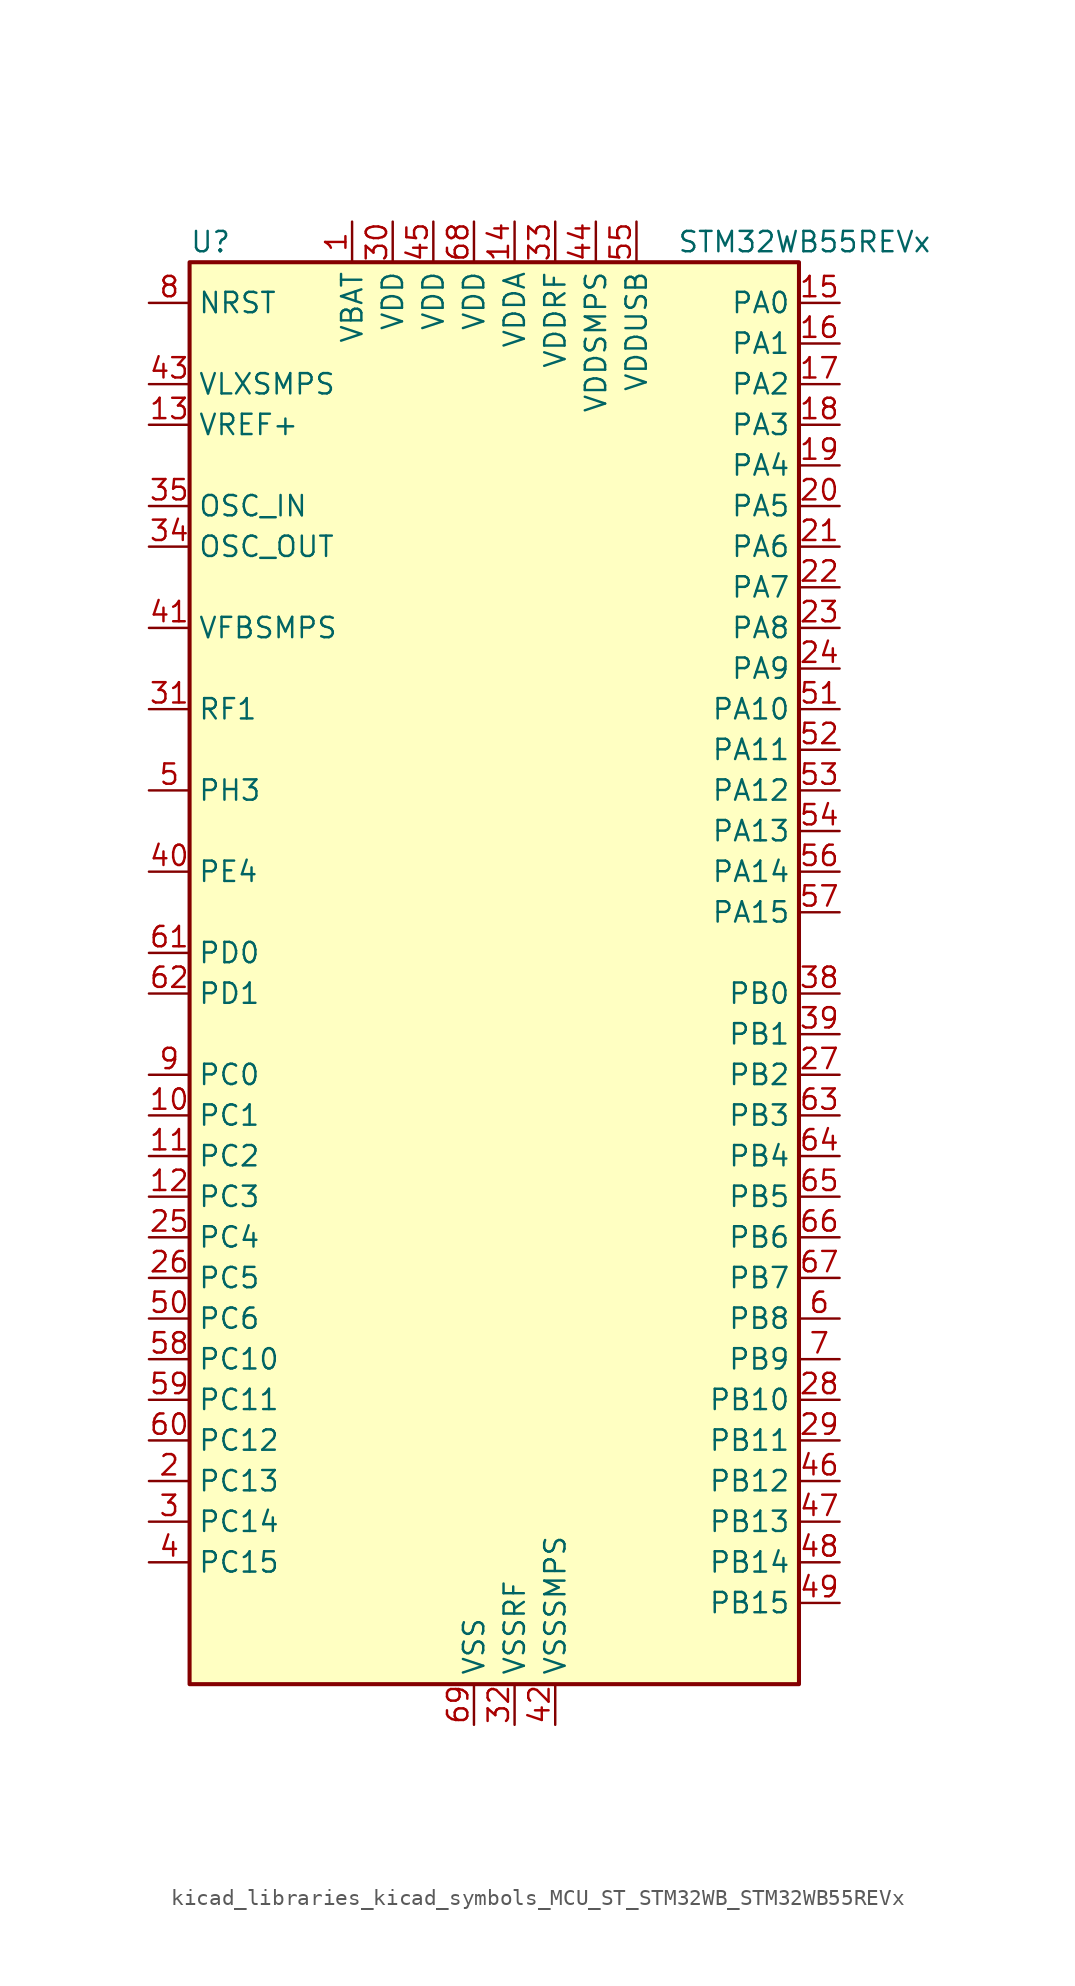
<source format=kicad_sym>
(kicad_symbol_lib
  (version 20220914)
  (generator kicad_symbol_editor)
  (symbol "kicad_libraries_kicad_symbols_MCU_ST_STM32WB_STM32WB55REVx"
    (property "Reference" "U"
      (at -17.78 46.99 0)
      (effects (font (size 1.27 1.27)) (justify left)))
    (property "Value" "STM32WB55REVx"
      (at 12.7 46.99 0)
      (effects (font (size 1.27 1.27)) (justify left)))
    (property "ki_locked" ""
      (at 0 0 0)
      (effects (font (size 1.27 1.27))))
    (symbol "kicad_libraries_kicad_symbols_MCU_ST_STM32WB_STM32WB55REVx_0_1"
      (rectangle (start -17.78 -43.18) (end 20.32 45.72) (stroke (width 0.254) (type default)) (fill (type background))))
    (symbol "kicad_libraries_kicad_symbols_MCU_ST_STM32WB_STM32WB55REVx_1_1"
      (pin power_in line (at -7.62 48.26 270) (length 2.54) (name "VBAT" (effects (font (size 1.27 1.27)))) (number "1" (effects (font (size 1.27 1.27)))))
      (pin bidirectional line (at -20.32 -7.62 0) (length 2.54) (name "PC1" (effects (font (size 1.27 1.27)))) (number "10" (effects (font (size 1.27 1.27)))) (alternate "ADC1_IN2" bidirectional line) (alternate "I2C3_SDA" bidirectional line) (alternate "LCD_SEG19" bidirectional line) (alternate "LPTIM1_OUT" bidirectional line) (alternate "LPUART1_TX" bidirectional line) (alternate "SPI2_MOSI" bidirectional line))
      (pin bidirectional line (at -20.32 -10.16 0) (length 2.54) (name "PC2" (effects (font (size 1.27 1.27)))) (number "11" (effects (font (size 1.27 1.27)))) (alternate "ADC1_IN3" bidirectional line) (alternate "LCD_SEG20" bidirectional line) (alternate "LPTIM1_IN2" bidirectional line) (alternate "SPI2_MISO" bidirectional line))
      (pin bidirectional line (at -20.32 -12.7 0) (length 2.54) (name "PC3" (effects (font (size 1.27 1.27)))) (number "12" (effects (font (size 1.27 1.27)))) (alternate "ADC1_IN4" bidirectional line) (alternate "LCD_VLCD" bidirectional line) (alternate "LPTIM1_ETR" bidirectional line) (alternate "LPTIM2_ETR" bidirectional line) (alternate "SAI1_D1" bidirectional line) (alternate "SAI1_SD_A" bidirectional line) (alternate "SPI2_MOSI" bidirectional line))
      (pin input line (at -20.32 35.56 0) (length 2.54) (name "VREF+" (effects (font (size 1.27 1.27)))) (number "13" (effects (font (size 1.27 1.27)))) (alternate "VREFBUF_OUT" bidirectional line))
      (pin power_in line (at 2.54 48.26 270) (length 2.54) (name "VDDA" (effects (font (size 1.27 1.27)))) (number "14" (effects (font (size 1.27 1.27)))))
      (pin bidirectional line (at 22.86 43.18 180) (length 2.54) (name "PA0" (effects (font (size 1.27 1.27)))) (number "15" (effects (font (size 1.27 1.27)))) (alternate "ADC1_IN5" bidirectional line) (alternate "COMP1_INM" bidirectional line) (alternate "COMP1_OUT" bidirectional line) (alternate "RTC_TAMP2" bidirectional line) (alternate "SAI1_EXTCLK" bidirectional line) (alternate "SYS_WKUP1" bidirectional line) (alternate "TIM2_CH1" bidirectional line) (alternate "TIM2_ETR" bidirectional line))
      (pin bidirectional line (at 22.86 40.64 180) (length 2.54) (name "PA1" (effects (font (size 1.27 1.27)))) (number "16" (effects (font (size 1.27 1.27)))) (alternate "ADC1_IN6" bidirectional line) (alternate "COMP1_INP" bidirectional line) (alternate "I2C1_SMBA" bidirectional line) (alternate "LCD_SEG0" bidirectional line) (alternate "SPI1_SCK" bidirectional line) (alternate "TIM2_CH2" bidirectional line))
      (pin bidirectional line (at 22.86 38.1 180) (length 2.54) (name "PA2" (effects (font (size 1.27 1.27)))) (number "17" (effects (font (size 1.27 1.27)))) (alternate "ADC1_IN7" bidirectional line) (alternate "COMP2_INM" bidirectional line) (alternate "COMP2_OUT" bidirectional line) (alternate "LCD_SEG1" bidirectional line) (alternate "LPUART1_TX" bidirectional line) (alternate "QUADSPI_BK1_NCS" bidirectional line) (alternate "RCC_LSCO" bidirectional line) (alternate "SYS_WKUP4" bidirectional line) (alternate "TIM2_CH3" bidirectional line))
      (pin bidirectional line (at 22.86 35.56 180) (length 2.54) (name "PA3" (effects (font (size 1.27 1.27)))) (number "18" (effects (font (size 1.27 1.27)))) (alternate "ADC1_IN8" bidirectional line) (alternate "COMP2_INP" bidirectional line) (alternate "LCD_SEG2" bidirectional line) (alternate "LPUART1_RX" bidirectional line) (alternate "QUADSPI_CLK" bidirectional line) (alternate "SAI1_CK1" bidirectional line) (alternate "SAI1_MCLK_A" bidirectional line) (alternate "TIM2_CH4" bidirectional line))
      (pin bidirectional line (at 22.86 33.02 180) (length 2.54) (name "PA4" (effects (font (size 1.27 1.27)))) (number "19" (effects (font (size 1.27 1.27)))) (alternate "ADC1_IN9" bidirectional line) (alternate "COMP1_INM" bidirectional line) (alternate "COMP2_INM" bidirectional line) (alternate "LCD_SEG5" bidirectional line) (alternate "LPTIM2_OUT" bidirectional line) (alternate "SAI1_FS_B" bidirectional line) (alternate "SPI1_NSS" bidirectional line))
      (pin bidirectional line (at -20.32 -30.48 0) (length 2.54) (name "PC13" (effects (font (size 1.27 1.27)))) (number "2" (effects (font (size 1.27 1.27)))) (alternate "RTC_OUT1" bidirectional line) (alternate "RTC_TAMP1" bidirectional line) (alternate "RTC_TS" bidirectional line) (alternate "SYS_WKUP2" bidirectional line))
      (pin bidirectional line (at 22.86 30.48 180) (length 2.54) (name "PA5" (effects (font (size 1.27 1.27)))) (number "20" (effects (font (size 1.27 1.27)))) (alternate "ADC1_IN10" bidirectional line) (alternate "COMP1_INM" bidirectional line) (alternate "COMP2_INM" bidirectional line) (alternate "LPTIM2_ETR" bidirectional line) (alternate "SAI1_SD_B" bidirectional line) (alternate "SPI1_SCK" bidirectional line) (alternate "TIM2_CH1" bidirectional line) (alternate "TIM2_ETR" bidirectional line))
      (pin bidirectional line (at 22.86 27.94 180) (length 2.54) (name "PA6" (effects (font (size 1.27 1.27)))) (number "21" (effects (font (size 1.27 1.27)))) (alternate "ADC1_IN11" bidirectional line) (alternate "LCD_SEG3" bidirectional line) (alternate "LPUART1_CTS" bidirectional line) (alternate "QUADSPI_BK1_IO3" bidirectional line) (alternate "SPI1_MISO" bidirectional line) (alternate "TIM16_CH1" bidirectional line) (alternate "TIM1_BKIN" bidirectional line))
      (pin bidirectional line (at 22.86 25.4 180) (length 2.54) (name "PA7" (effects (font (size 1.27 1.27)))) (number "22" (effects (font (size 1.27 1.27)))) (alternate "ADC1_IN12" bidirectional line) (alternate "COMP2_OUT" bidirectional line) (alternate "I2C3_SCL" bidirectional line) (alternate "LCD_SEG4" bidirectional line) (alternate "QUADSPI_BK1_IO2" bidirectional line) (alternate "SPI1_MOSI" bidirectional line) (alternate "TIM17_CH1" bidirectional line) (alternate "TIM1_CH1N" bidirectional line))
      (pin bidirectional line (at 22.86 22.86 180) (length 2.54) (name "PA8" (effects (font (size 1.27 1.27)))) (number "23" (effects (font (size 1.27 1.27)))) (alternate "ADC1_IN15" bidirectional line) (alternate "LCD_COM0" bidirectional line) (alternate "LPTIM2_OUT" bidirectional line) (alternate "RCC_MCO" bidirectional line) (alternate "SAI1_CK2" bidirectional line) (alternate "SAI1_SCK_A" bidirectional line) (alternate "TIM1_CH1" bidirectional line) (alternate "USART1_CK" bidirectional line))
      (pin bidirectional line (at 22.86 20.32 180) (length 2.54) (name "PA9" (effects (font (size 1.27 1.27)))) (number "24" (effects (font (size 1.27 1.27)))) (alternate "ADC1_IN16" bidirectional line) (alternate "COMP1_INM" bidirectional line) (alternate "I2C1_SCL" bidirectional line) (alternate "LCD_COM1" bidirectional line) (alternate "SAI1_D2" bidirectional line) (alternate "SAI1_FS_A" bidirectional line) (alternate "SPI2_SCK" bidirectional line) (alternate "TIM1_CH2" bidirectional line) (alternate "USART1_TX" bidirectional line))
      (pin bidirectional line (at -20.32 -15.24 0) (length 2.54) (name "PC4" (effects (font (size 1.27 1.27)))) (number "25" (effects (font (size 1.27 1.27)))) (alternate "ADC1_IN13" bidirectional line) (alternate "COMP1_INM" bidirectional line) (alternate "LCD_SEG22" bidirectional line))
      (pin bidirectional line (at -20.32 -17.78 0) (length 2.54) (name "PC5" (effects (font (size 1.27 1.27)))) (number "26" (effects (font (size 1.27 1.27)))) (alternate "ADC1_IN14" bidirectional line) (alternate "COMP1_INP" bidirectional line) (alternate "LCD_SEG23" bidirectional line) (alternate "SAI1_D3" bidirectional line) (alternate "SYS_WKUP5" bidirectional line))
      (pin bidirectional line (at 22.86 -5.08 180) (length 2.54) (name "PB2" (effects (font (size 1.27 1.27)))) (number "27" (effects (font (size 1.27 1.27)))) (alternate "COMP1_INP" bidirectional line) (alternate "I2C3_SMBA" bidirectional line) (alternate "LCD_VLCD" bidirectional line) (alternate "LPTIM1_OUT" bidirectional line) (alternate "RTC_OUT2" bidirectional line) (alternate "SAI1_EXTCLK" bidirectional line) (alternate "SPI1_NSS" bidirectional line))
      (pin bidirectional line (at 22.86 -25.4 180) (length 2.54) (name "PB10" (effects (font (size 1.27 1.27)))) (number "28" (effects (font (size 1.27 1.27)))) (alternate "COMP1_OUT" bidirectional line) (alternate "I2C3_SCL" bidirectional line) (alternate "LCD_SEG10" bidirectional line) (alternate "LPUART1_RX" bidirectional line) (alternate "QUADSPI_CLK" bidirectional line) (alternate "SAI1_SCK_A" bidirectional line) (alternate "SPI2_SCK" bidirectional line) (alternate "TIM2_CH3" bidirectional line) (alternate "TSC_SYNC" bidirectional line))
      (pin bidirectional line (at 22.86 -27.94 180) (length 2.54) (name "PB11" (effects (font (size 1.27 1.27)))) (number "29" (effects (font (size 1.27 1.27)))) (alternate "ADC1_EXTI11" bidirectional line) (alternate "COMP2_OUT" bidirectional line) (alternate "I2C3_SDA" bidirectional line) (alternate "LCD_SEG11" bidirectional line) (alternate "LPUART1_TX" bidirectional line) (alternate "QUADSPI_BK1_NCS" bidirectional line) (alternate "TIM2_CH4" bidirectional line))
      (pin bidirectional line (at -20.32 -33.02 0) (length 2.54) (name "PC14" (effects (font (size 1.27 1.27)))) (number "3" (effects (font (size 1.27 1.27)))) (alternate "RCC_OSC32_IN" bidirectional line))
      (pin power_in line (at -5.08 48.26 270) (length 2.54) (name "VDD" (effects (font (size 1.27 1.27)))) (number "30" (effects (font (size 1.27 1.27)))))
      (pin bidirectional line (at -20.32 17.78 0) (length 2.54) (name "RF1" (effects (font (size 1.27 1.27)))) (number "31" (effects (font (size 1.27 1.27)))) (alternate "RF_RF1" bidirectional line))
      (pin power_in line (at 2.54 -45.72 90) (length 2.54) (name "VSSRF" (effects (font (size 1.27 1.27)))) (number "32" (effects (font (size 1.27 1.27)))))
      (pin power_in line (at 5.08 48.26 270) (length 2.54) (name "VDDRF" (effects (font (size 1.27 1.27)))) (number "33" (effects (font (size 1.27 1.27)))))
      (pin input line (at -20.32 27.94 0) (length 2.54) (name "OSC_OUT" (effects (font (size 1.27 1.27)))) (number "34" (effects (font (size 1.27 1.27)))) (alternate "RCC_OSC_OUT" bidirectional line))
      (pin input line (at -20.32 30.48 0) (length 2.54) (name "OSC_IN" (effects (font (size 1.27 1.27)))) (number "35" (effects (font (size 1.27 1.27)))) (alternate "RCC_OSC_IN" bidirectional line))
      (pin no_connect line (at -17.78 -43.18 0) (length 2.54) hide (name "AT0" (effects (font (size 1.27 1.27)))) (number "36" (effects (font (size 1.27 1.27)))))
      (pin no_connect line (at -17.78 -40.64 0) (length 2.54) hide (name "AT1" (effects (font (size 1.27 1.27)))) (number "37" (effects (font (size 1.27 1.27)))))
      (pin bidirectional line (at 22.86 0 180) (length 2.54) (name "PB0" (effects (font (size 1.27 1.27)))) (number "38" (effects (font (size 1.27 1.27)))) (alternate "COMP1_OUT" bidirectional line) (alternate "RF_TX_MOD_EXT_PA" bidirectional line))
      (pin bidirectional line (at 22.86 -2.54 180) (length 2.54) (name "PB1" (effects (font (size 1.27 1.27)))) (number "39" (effects (font (size 1.27 1.27)))) (alternate "LPTIM2_IN1" bidirectional line) (alternate "LPUART1_DE" bidirectional line) (alternate "LPUART1_RTS" bidirectional line))
      (pin bidirectional line (at -20.32 -35.56 0) (length 2.54) (name "PC15" (effects (font (size 1.27 1.27)))) (number "4" (effects (font (size 1.27 1.27)))) (alternate "ADC1_EXTI15" bidirectional line) (alternate "RCC_OSC32_OUT" bidirectional line))
      (pin bidirectional line (at -20.32 7.62 0) (length 2.54) (name "PE4" (effects (font (size 1.27 1.27)))) (number "40" (effects (font (size 1.27 1.27)))))
      (pin input line (at -20.32 22.86 0) (length 2.54) (name "VFBSMPS" (effects (font (size 1.27 1.27)))) (number "41" (effects (font (size 1.27 1.27)))))
      (pin power_in line (at 5.08 -45.72 90) (length 2.54) (name "VSSSMPS" (effects (font (size 1.27 1.27)))) (number "42" (effects (font (size 1.27 1.27)))))
      (pin power_in line (at -20.32 38.1 0) (length 2.54) (name "VLXSMPS" (effects (font (size 1.27 1.27)))) (number "43" (effects (font (size 1.27 1.27)))))
      (pin power_in line (at 7.62 48.26 270) (length 2.54) (name "VDDSMPS" (effects (font (size 1.27 1.27)))) (number "44" (effects (font (size 1.27 1.27)))))
      (pin power_in line (at -2.54 48.26 270) (length 2.54) (name "VDD" (effects (font (size 1.27 1.27)))) (number "45" (effects (font (size 1.27 1.27)))))
      (pin bidirectional line (at 22.86 -30.48 180) (length 2.54) (name "PB12" (effects (font (size 1.27 1.27)))) (number "46" (effects (font (size 1.27 1.27)))) (alternate "I2C3_SMBA" bidirectional line) (alternate "LCD_SEG12" bidirectional line) (alternate "LPUART1_DE" bidirectional line) (alternate "LPUART1_RTS" bidirectional line) (alternate "SAI1_FS_A" bidirectional line) (alternate "SPI2_NSS" bidirectional line) (alternate "TIM1_BKIN" bidirectional line) (alternate "TSC_G1_IO1" bidirectional line))
      (pin bidirectional line (at 22.86 -33.02 180) (length 2.54) (name "PB13" (effects (font (size 1.27 1.27)))) (number "47" (effects (font (size 1.27 1.27)))) (alternate "I2C3_SCL" bidirectional line) (alternate "LCD_SEG13" bidirectional line) (alternate "LPUART1_CTS" bidirectional line) (alternate "SAI1_SCK_A" bidirectional line) (alternate "SPI2_SCK" bidirectional line) (alternate "TIM1_CH1N" bidirectional line) (alternate "TSC_G1_IO2" bidirectional line))
      (pin bidirectional line (at 22.86 -35.56 180) (length 2.54) (name "PB14" (effects (font (size 1.27 1.27)))) (number "48" (effects (font (size 1.27 1.27)))) (alternate "I2C3_SDA" bidirectional line) (alternate "LCD_SEG14" bidirectional line) (alternate "SAI1_MCLK_A" bidirectional line) (alternate "SPI2_MISO" bidirectional line) (alternate "TIM1_CH2N" bidirectional line) (alternate "TSC_G1_IO3" bidirectional line))
      (pin bidirectional line (at 22.86 -38.1 180) (length 2.54) (name "PB15" (effects (font (size 1.27 1.27)))) (number "49" (effects (font (size 1.27 1.27)))) (alternate "ADC1_EXTI15" bidirectional line) (alternate "LCD_SEG15" bidirectional line) (alternate "RTC_REFIN" bidirectional line) (alternate "SAI1_SD_A" bidirectional line) (alternate "SPI2_MOSI" bidirectional line) (alternate "TIM1_CH3N" bidirectional line) (alternate "TSC_G1_IO4" bidirectional line))
      (pin bidirectional line (at -20.32 12.7 0) (length 2.54) (name "PH3" (effects (font (size 1.27 1.27)))) (number "5" (effects (font (size 1.27 1.27)))) (alternate "RCC_LSCO" bidirectional line))
      (pin bidirectional line (at -20.32 -20.32 0) (length 2.54) (name "PC6" (effects (font (size 1.27 1.27)))) (number "50" (effects (font (size 1.27 1.27)))) (alternate "LCD_SEG24" bidirectional line))
      (pin bidirectional line (at 22.86 17.78 180) (length 2.54) (name "PA10" (effects (font (size 1.27 1.27)))) (number "51" (effects (font (size 1.27 1.27)))) (alternate "CRS_SYNC" bidirectional line) (alternate "I2C1_SDA" bidirectional line) (alternate "LCD_COM2" bidirectional line) (alternate "SAI1_D1" bidirectional line) (alternate "SAI1_SD_A" bidirectional line) (alternate "TIM17_BKIN" bidirectional line) (alternate "TIM1_CH3" bidirectional line) (alternate "USART1_RX" bidirectional line))
      (pin bidirectional line (at 22.86 15.24 180) (length 2.54) (name "PA11" (effects (font (size 1.27 1.27)))) (number "52" (effects (font (size 1.27 1.27)))) (alternate "ADC1_EXTI11" bidirectional line) (alternate "SPI1_MISO" bidirectional line) (alternate "TIM1_BKIN2" bidirectional line) (alternate "TIM1_CH4" bidirectional line) (alternate "USART1_CTS" bidirectional line) (alternate "USART1_NSS" bidirectional line) (alternate "USB_DM" bidirectional line))
      (pin bidirectional line (at 22.86 12.7 180) (length 2.54) (name "PA12" (effects (font (size 1.27 1.27)))) (number "53" (effects (font (size 1.27 1.27)))) (alternate "LPUART1_RX" bidirectional line) (alternate "SPI1_MOSI" bidirectional line) (alternate "TIM1_ETR" bidirectional line) (alternate "USART1_DE" bidirectional line) (alternate "USART1_RTS" bidirectional line) (alternate "USB_DP" bidirectional line))
      (pin bidirectional line (at 22.86 10.16 180) (length 2.54) (name "PA13" (effects (font (size 1.27 1.27)))) (number "54" (effects (font (size 1.27 1.27)))) (alternate "IR_OUT" bidirectional line) (alternate "SAI1_SD_B" bidirectional line) (alternate "SYS_JTMS-SWDIO" bidirectional line) (alternate "USB_NOE" bidirectional line))
      (pin power_in line (at 10.16 48.26 270) (length 2.54) (name "VDDUSB" (effects (font (size 1.27 1.27)))) (number "55" (effects (font (size 1.27 1.27)))))
      (pin bidirectional line (at 22.86 7.62 180) (length 2.54) (name "PA14" (effects (font (size 1.27 1.27)))) (number "56" (effects (font (size 1.27 1.27)))) (alternate "I2C1_SMBA" bidirectional line) (alternate "LCD_SEG5" bidirectional line) (alternate "LPTIM1_OUT" bidirectional line) (alternate "SAI1_FS_B" bidirectional line) (alternate "SYS_JTCK-SWCLK" bidirectional line))
      (pin bidirectional line (at 22.86 5.08 180) (length 2.54) (name "PA15" (effects (font (size 1.27 1.27)))) (number "57" (effects (font (size 1.27 1.27)))) (alternate "ADC1_EXTI15" bidirectional line) (alternate "LCD_SEG17" bidirectional line) (alternate "RCC_MCO" bidirectional line) (alternate "SPI1_NSS" bidirectional line) (alternate "SYS_JTDI" bidirectional line) (alternate "TIM2_CH1" bidirectional line) (alternate "TIM2_ETR" bidirectional line) (alternate "TSC_G3_IO1" bidirectional line))
      (pin bidirectional line (at -20.32 -22.86 0) (length 2.54) (name "PC10" (effects (font (size 1.27 1.27)))) (number "58" (effects (font (size 1.27 1.27)))) (alternate "LCD_COM4" bidirectional line) (alternate "LCD_SEG28" bidirectional line) (alternate "LCD_SEG40" bidirectional line) (alternate "SYS_TRACED1" bidirectional line) (alternate "TSC_G3_IO2" bidirectional line))
      (pin bidirectional line (at -20.32 -25.4 0) (length 2.54) (name "PC11" (effects (font (size 1.27 1.27)))) (number "59" (effects (font (size 1.27 1.27)))) (alternate "ADC1_EXTI11" bidirectional line) (alternate "LCD_COM5" bidirectional line) (alternate "LCD_SEG29" bidirectional line) (alternate "LCD_SEG41" bidirectional line) (alternate "TSC_G3_IO3" bidirectional line))
      (pin bidirectional line (at 22.86 -20.32 180) (length 2.54) (name "PB8" (effects (font (size 1.27 1.27)))) (number "6" (effects (font (size 1.27 1.27)))) (alternate "I2C1_SCL" bidirectional line) (alternate "LCD_SEG16" bidirectional line) (alternate "QUADSPI_BK1_IO1" bidirectional line) (alternate "SAI1_CK1" bidirectional line) (alternate "SAI1_MCLK_A" bidirectional line) (alternate "TIM16_CH1" bidirectional line) (alternate "TIM1_CH2N" bidirectional line))
      (pin bidirectional line (at -20.32 -27.94 0) (length 2.54) (name "PC12" (effects (font (size 1.27 1.27)))) (number "60" (effects (font (size 1.27 1.27)))) (alternate "LCD_COM6" bidirectional line) (alternate "LCD_SEG30" bidirectional line) (alternate "LCD_SEG42" bidirectional line) (alternate "RCC_LSCO" bidirectional line) (alternate "RTC_TAMP3" bidirectional line) (alternate "SYS_TRACED3" bidirectional line) (alternate "SYS_WKUP3" bidirectional line) (alternate "TSC_G3_IO4" bidirectional line))
      (pin bidirectional line (at -20.32 2.54 0) (length 2.54) (name "PD0" (effects (font (size 1.27 1.27)))) (number "61" (effects (font (size 1.27 1.27)))) (alternate "SPI2_NSS" bidirectional line))
      (pin bidirectional line (at -20.32 0 0) (length 2.54) (name "PD1" (effects (font (size 1.27 1.27)))) (number "62" (effects (font (size 1.27 1.27)))) (alternate "SPI2_SCK" bidirectional line))
      (pin bidirectional line (at 22.86 -7.62 180) (length 2.54) (name "PB3" (effects (font (size 1.27 1.27)))) (number "63" (effects (font (size 1.27 1.27)))) (alternate "COMP2_INM" bidirectional line) (alternate "LCD_SEG7" bidirectional line) (alternate "SAI1_SCK_B" bidirectional line) (alternate "SPI1_SCK" bidirectional line) (alternate "SYS_JTDO-SWO" bidirectional line) (alternate "TIM2_CH2" bidirectional line) (alternate "USART1_DE" bidirectional line) (alternate "USART1_RTS" bidirectional line))
      (pin bidirectional line (at 22.86 -10.16 180) (length 2.54) (name "PB4" (effects (font (size 1.27 1.27)))) (number "64" (effects (font (size 1.27 1.27)))) (alternate "COMP2_INP" bidirectional line) (alternate "I2C3_SDA" bidirectional line) (alternate "LCD_SEG8" bidirectional line) (alternate "SAI1_MCLK_B" bidirectional line) (alternate "SPI1_MISO" bidirectional line) (alternate "SYS_JTRST" bidirectional line) (alternate "TIM17_BKIN" bidirectional line) (alternate "TSC_G2_IO1" bidirectional line) (alternate "USART1_CTS" bidirectional line) (alternate "USART1_NSS" bidirectional line))
      (pin bidirectional line (at 22.86 -12.7 180) (length 2.54) (name "PB5" (effects (font (size 1.27 1.27)))) (number "65" (effects (font (size 1.27 1.27)))) (alternate "COMP2_OUT" bidirectional line) (alternate "I2C1_SMBA" bidirectional line) (alternate "LCD_SEG9" bidirectional line) (alternate "LPTIM1_IN1" bidirectional line) (alternate "LPUART1_TX" bidirectional line) (alternate "SAI1_SD_B" bidirectional line) (alternate "SPI1_MOSI" bidirectional line) (alternate "TIM16_BKIN" bidirectional line) (alternate "TSC_G2_IO2" bidirectional line) (alternate "USART1_CK" bidirectional line))
      (pin bidirectional line (at 22.86 -15.24 180) (length 2.54) (name "PB6" (effects (font (size 1.27 1.27)))) (number "66" (effects (font (size 1.27 1.27)))) (alternate "COMP2_INP" bidirectional line) (alternate "I2C1_SCL" bidirectional line) (alternate "LCD_SEG6" bidirectional line) (alternate "LPTIM1_ETR" bidirectional line) (alternate "RCC_MCO" bidirectional line) (alternate "SAI1_FS_B" bidirectional line) (alternate "TIM16_CH1N" bidirectional line) (alternate "TSC_G2_IO3" bidirectional line) (alternate "USART1_TX" bidirectional line))
      (pin bidirectional line (at 22.86 -17.78 180) (length 2.54) (name "PB7" (effects (font (size 1.27 1.27)))) (number "67" (effects (font (size 1.27 1.27)))) (alternate "COMP2_INM" bidirectional line) (alternate "I2C1_SDA" bidirectional line) (alternate "LCD_SEG21" bidirectional line) (alternate "LPTIM1_IN2" bidirectional line) (alternate "SYS_PVD_IN" bidirectional line) (alternate "TIM17_CH1N" bidirectional line) (alternate "TIM1_BKIN" bidirectional line) (alternate "TSC_G2_IO4" bidirectional line) (alternate "USART1_RX" bidirectional line))
      (pin power_in line (at 0 48.26 270) (length 2.54) (name "VDD" (effects (font (size 1.27 1.27)))) (number "68" (effects (font (size 1.27 1.27)))))
      (pin power_in line (at 0 -45.72 90) (length 2.54) (name "VSS" (effects (font (size 1.27 1.27)))) (number "69" (effects (font (size 1.27 1.27)))))
      (pin bidirectional line (at 22.86 -22.86 180) (length 2.54) (name "PB9" (effects (font (size 1.27 1.27)))) (number "7" (effects (font (size 1.27 1.27)))) (alternate "I2C1_SDA" bidirectional line) (alternate "IR_OUT" bidirectional line) (alternate "LCD_COM3" bidirectional line) (alternate "QUADSPI_BK1_IO0" bidirectional line) (alternate "SAI1_D2" bidirectional line) (alternate "SAI1_FS_A" bidirectional line) (alternate "SPI2_NSS" bidirectional line) (alternate "TIM17_CH1" bidirectional line) (alternate "TIM1_CH3N" bidirectional line))
      (pin input line (at -20.32 43.18 0) (length 2.54) (name "NRST" (effects (font (size 1.27 1.27)))) (number "8" (effects (font (size 1.27 1.27)))))
      (pin bidirectional line (at -20.32 -5.08 0) (length 2.54) (name "PC0" (effects (font (size 1.27 1.27)))) (number "9" (effects (font (size 1.27 1.27)))) (alternate "ADC1_IN1" bidirectional line) (alternate "I2C3_SCL" bidirectional line) (alternate "LCD_SEG18" bidirectional line) (alternate "LPTIM1_IN1" bidirectional line) (alternate "LPTIM2_IN1" bidirectional line) (alternate "LPUART1_RX" bidirectional line)))))
</source>
